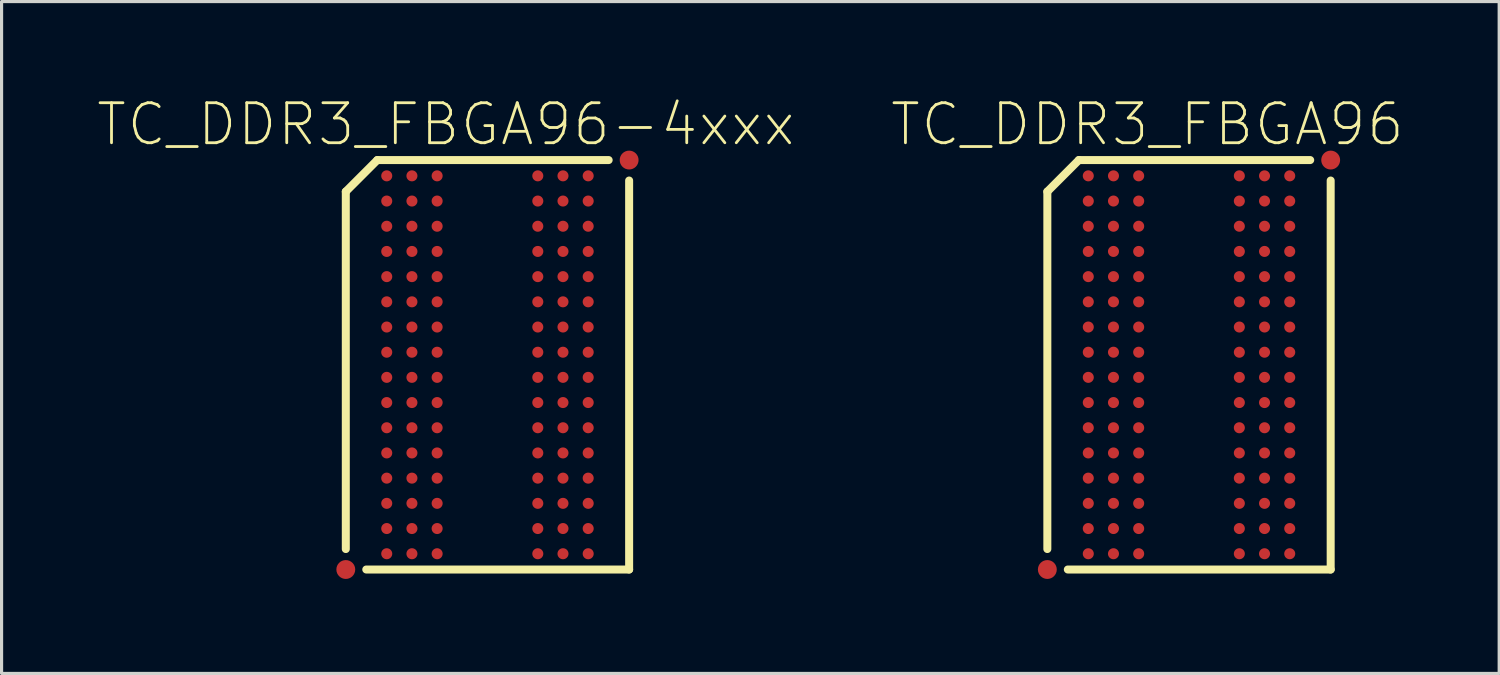
<source format=kicad_pcb>
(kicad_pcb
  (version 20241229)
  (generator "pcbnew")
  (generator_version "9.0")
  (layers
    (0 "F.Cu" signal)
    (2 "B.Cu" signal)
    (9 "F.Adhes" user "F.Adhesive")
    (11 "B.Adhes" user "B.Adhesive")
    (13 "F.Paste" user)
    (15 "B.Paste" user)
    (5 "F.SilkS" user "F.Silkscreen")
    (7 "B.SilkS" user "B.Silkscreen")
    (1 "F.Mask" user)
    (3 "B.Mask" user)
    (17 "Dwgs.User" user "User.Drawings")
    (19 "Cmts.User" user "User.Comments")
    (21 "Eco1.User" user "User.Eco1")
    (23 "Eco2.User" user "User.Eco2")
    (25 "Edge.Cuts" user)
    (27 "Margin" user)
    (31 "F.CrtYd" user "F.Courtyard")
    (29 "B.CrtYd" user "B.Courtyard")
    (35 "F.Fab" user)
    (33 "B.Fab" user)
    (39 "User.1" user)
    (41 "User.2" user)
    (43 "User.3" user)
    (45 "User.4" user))
  (footprint "TC_DDR3_FBGA96-4xxx"
    (layer "F.Cu")
    (at 12.427 8.532)
    (property "Reference" "TC_DDR3_FBGA96-4xxx" (at -1.323 -7.633 0) (layer "F.SilkS") (effects (font (size 1.27 1.27) (thickness 0.089))))
    (attr smd)
    (fp_line (start -4.498 -5.499) (end -4.498 5.85) (stroke (width 0.254) (type solid)) (layer "F.SilkS"))
    (fp_line (start -3.848 6.5) (end 4.498 6.5) (stroke (width 0.254) (type solid)) (layer "F.SilkS"))
    (fp_line (start -3.498 -6.5) (end -4.498 -5.499) (stroke (width 0.254) (type solid)) (layer "F.SilkS"))
    (fp_line (start 3.848 -6.5) (end -3.498 -6.5) (stroke (width 0.254) (type solid)) (layer "F.SilkS"))
    (fp_line (start 4.498 6.5) (end 4.498 -5.85) (stroke (width 0.254) (type solid)) (layer "F.SilkS"))
    (pad "A1" smd circle (at -3.198 -5.999) (size 0.35 0.35) (layers "F.Cu" "F.Mask" "F.Paste"))
    (pad "A2" smd circle (at -2.398 -5.999) (size 0.35 0.35) (layers "F.Cu" "F.Mask" "F.Paste"))
    (pad "A3" smd circle (at -1.598 -5.999) (size 0.35 0.35) (layers "F.Cu" "F.Mask" "F.Paste"))
    (pad "A7" smd circle (at 1.598 -5.999) (size 0.35 0.35) (layers "F.Cu" "F.Mask" "F.Paste"))
    (pad "A8" smd circle (at 2.398 -5.999) (size 0.35 0.35) (layers "F.Cu" "F.Mask" "F.Paste"))
    (pad "A9" smd circle (at 3.198 -5.999) (size 0.35 0.35) (layers "F.Cu" "F.Mask" "F.Paste"))
    (pad "B1" smd circle (at -3.198 -5.199) (size 0.35 0.35) (layers "F.Cu" "F.Mask" "F.Paste"))
    (pad "B2" smd circle (at -2.398 -5.199) (size 0.35 0.35) (layers "F.Cu" "F.Mask" "F.Paste"))
    (pad "B3" smd circle (at -1.598 -5.199) (size 0.35 0.35) (layers "F.Cu" "F.Mask" "F.Paste"))
    (pad "B7" smd circle (at 1.598 -5.199) (size 0.35 0.35) (layers "F.Cu" "F.Mask" "F.Paste"))
    (pad "B8" smd circle (at 2.398 -5.199) (size 0.35 0.35) (layers "F.Cu" "F.Mask" "F.Paste"))
    (pad "B9" smd circle (at 3.198 -5.199) (size 0.35 0.35) (layers "F.Cu" "F.Mask" "F.Paste"))
    (pad "C1" smd circle (at -3.198 -4.399) (size 0.35 0.35) (layers "F.Cu" "F.Mask" "F.Paste"))
    (pad "C2" smd circle (at -2.398 -4.399) (size 0.35 0.35) (layers "F.Cu" "F.Mask" "F.Paste"))
    (pad "C3" smd circle (at -1.598 -4.399) (size 0.35 0.35) (layers "F.Cu" "F.Mask" "F.Paste"))
    (pad "C7" smd circle (at 1.598 -4.399) (size 0.35 0.35) (layers "F.Cu" "F.Mask" "F.Paste"))
    (pad "C8" smd circle (at 2.398 -4.399) (size 0.35 0.35) (layers "F.Cu" "F.Mask" "F.Paste"))
    (pad "C9" smd circle (at 3.198 -4.399) (size 0.35 0.35) (layers "F.Cu" "F.Mask" "F.Paste"))
    (pad "D1" smd circle (at -3.198 -3.599) (size 0.35 0.35) (layers "F.Cu" "F.Mask" "F.Paste"))
    (pad "D2" smd circle (at -2.398 -3.599) (size 0.35 0.35) (layers "F.Cu" "F.Mask" "F.Paste"))
    (pad "D3" smd circle (at -1.598 -3.599) (size 0.35 0.35) (layers "F.Cu" "F.Mask" "F.Paste"))
    (pad "D7" smd circle (at 1.598 -3.599) (size 0.35 0.35) (layers "F.Cu" "F.Mask" "F.Paste"))
    (pad "D8" smd circle (at 2.398 -3.599) (size 0.35 0.35) (layers "F.Cu" "F.Mask" "F.Paste"))
    (pad "D9" smd circle (at 3.198 -3.599) (size 0.35 0.35) (layers "F.Cu" "F.Mask" "F.Paste"))
    (pad "E1" smd circle (at -3.198 -2.799) (size 0.35 0.35) (layers "F.Cu" "F.Mask" "F.Paste"))
    (pad "E2" smd circle (at -2.398 -2.799) (size 0.35 0.35) (layers "F.Cu" "F.Mask" "F.Paste"))
    (pad "E3" smd circle (at -1.598 -2.799) (size 0.35 0.35) (layers "F.Cu" "F.Mask" "F.Paste"))
    (pad "E7" smd circle (at 1.598 -2.799) (size 0.35 0.35) (layers "F.Cu" "F.Mask" "F.Paste"))
    (pad "E8" smd circle (at 2.398 -2.799) (size 0.35 0.35) (layers "F.Cu" "F.Mask" "F.Paste"))
    (pad "E9" smd circle (at 3.198 -2.799) (size 0.35 0.35) (layers "F.Cu" "F.Mask" "F.Paste"))
    (pad "F1" smd circle (at -3.198 -1.999) (size 0.35 0.35) (layers "F.Cu" "F.Mask" "F.Paste"))
    (pad "F2" smd circle (at -2.398 -1.999) (size 0.35 0.35) (layers "F.Cu" "F.Mask" "F.Paste"))
    (pad "F3" smd circle (at -1.598 -1.999) (size 0.35 0.35) (layers "F.Cu" "F.Mask" "F.Paste"))
    (pad "F7" smd circle (at 1.598 -1.999) (size 0.35 0.35) (layers "F.Cu" "F.Mask" "F.Paste"))
    (pad "F8" smd circle (at 2.398 -1.999) (size 0.35 0.35) (layers "F.Cu" "F.Mask" "F.Paste"))
    (pad "F9" smd circle (at 3.198 -1.999) (size 0.35 0.35) (layers "F.Cu" "F.Mask" "F.Paste"))
    (pad "FID1" smd circle (at -4.498 6.5) (size 0.599 0.599) (layers "F.Cu" "F.Mask" "F.Paste"))
    (pad "FID2" smd circle (at 4.498 -6.5) (size 0.599 0.599) (layers "F.Cu" "F.Mask" "F.Paste"))
    (pad "G1" smd circle (at -3.198 -1.199) (size 0.35 0.35) (layers "F.Cu" "F.Mask" "F.Paste"))
    (pad "G2" smd circle (at -2.398 -1.199) (size 0.35 0.35) (layers "F.Cu" "F.Mask" "F.Paste"))
    (pad "G3" smd circle (at -1.598 -1.199) (size 0.35 0.35) (layers "F.Cu" "F.Mask" "F.Paste"))
    (pad "G7" smd circle (at 1.598 -1.199) (size 0.35 0.35) (layers "F.Cu" "F.Mask" "F.Paste"))
    (pad "G8" smd circle (at 2.398 -1.199) (size 0.35 0.35) (layers "F.Cu" "F.Mask" "F.Paste"))
    (pad "G9" smd circle (at 3.198 -1.199) (size 0.35 0.35) (layers "F.Cu" "F.Mask" "F.Paste"))
    (pad "H1" smd circle (at -3.198 -0.399) (size 0.35 0.35) (layers "F.Cu" "F.Mask" "F.Paste"))
    (pad "H2" smd circle (at -2.398 -0.399) (size 0.35 0.35) (layers "F.Cu" "F.Mask" "F.Paste"))
    (pad "H3" smd circle (at -1.598 -0.399) (size 0.35 0.35) (layers "F.Cu" "F.Mask" "F.Paste"))
    (pad "H7" smd circle (at 1.598 -0.399) (size 0.35 0.35) (layers "F.Cu" "F.Mask" "F.Paste"))
    (pad "H8" smd circle (at 2.398 -0.399) (size 0.35 0.35) (layers "F.Cu" "F.Mask" "F.Paste"))
    (pad "H9" smd circle (at 3.198 -0.399) (size 0.35 0.35) (layers "F.Cu" "F.Mask" "F.Paste"))
    (pad "J1" smd circle (at -3.198 0.399) (size 0.35 0.35) (layers "F.Cu" "F.Mask" "F.Paste"))
    (pad "J2" smd circle (at -2.398 0.399) (size 0.35 0.35) (layers "F.Cu" "F.Mask" "F.Paste"))
    (pad "J3" smd circle (at -1.598 0.399) (size 0.35 0.35) (layers "F.Cu" "F.Mask" "F.Paste"))
    (pad "J7" smd circle (at 1.598 0.399) (size 0.35 0.35) (layers "F.Cu" "F.Mask" "F.Paste"))
    (pad "J8" smd circle (at 2.398 0.399) (size 0.35 0.35) (layers "F.Cu" "F.Mask" "F.Paste"))
    (pad "J9" smd circle (at 3.198 0.399) (size 0.35 0.35) (layers "F.Cu" "F.Mask" "F.Paste"))
    (pad "K1" smd circle (at -3.198 1.199) (size 0.35 0.35) (layers "F.Cu" "F.Mask" "F.Paste"))
    (pad "K2" smd circle (at -2.398 1.199) (size 0.35 0.35) (layers "F.Cu" "F.Mask" "F.Paste"))
    (pad "K3" smd circle (at -1.598 1.199) (size 0.35 0.35) (layers "F.Cu" "F.Mask" "F.Paste"))
    (pad "K7" smd circle (at 1.598 1.199) (size 0.35 0.35) (layers "F.Cu" "F.Mask" "F.Paste"))
    (pad "K8" smd circle (at 2.398 1.199) (size 0.35 0.35) (layers "F.Cu" "F.Mask" "F.Paste"))
    (pad "K9" smd circle (at 3.198 1.199) (size 0.35 0.35) (layers "F.Cu" "F.Mask" "F.Paste"))
    (pad "L1" smd circle (at -3.198 1.999) (size 0.35 0.35) (layers "F.Cu" "F.Mask" "F.Paste"))
    (pad "L2" smd circle (at -2.398 1.999) (size 0.35 0.35) (layers "F.Cu" "F.Mask" "F.Paste"))
    (pad "L3" smd circle (at -1.598 1.999) (size 0.35 0.35) (layers "F.Cu" "F.Mask" "F.Paste"))
    (pad "L7" smd circle (at 1.598 1.999) (size 0.35 0.35) (layers "F.Cu" "F.Mask" "F.Paste"))
    (pad "L8" smd circle (at 2.398 1.999) (size 0.35 0.35) (layers "F.Cu" "F.Mask" "F.Paste"))
    (pad "L9" smd circle (at 3.198 1.999) (size 0.35 0.35) (layers "F.Cu" "F.Mask" "F.Paste"))
    (pad "M1" smd circle (at -3.198 2.799) (size 0.35 0.35) (layers "F.Cu" "F.Mask" "F.Paste"))
    (pad "M2" smd circle (at -2.398 2.799) (size 0.35 0.35) (layers "F.Cu" "F.Mask" "F.Paste"))
    (pad "M3" smd circle (at -1.598 2.799) (size 0.35 0.35) (layers "F.Cu" "F.Mask" "F.Paste"))
    (pad "M7" smd circle (at 1.598 2.799) (size 0.35 0.35) (layers "F.Cu" "F.Mask" "F.Paste"))
    (pad "M8" smd circle (at 2.398 2.799) (size 0.35 0.35) (layers "F.Cu" "F.Mask" "F.Paste"))
    (pad "M9" smd circle (at 3.198 2.799) (size 0.35 0.35) (layers "F.Cu" "F.Mask" "F.Paste"))
    (pad "N1" smd circle (at -3.198 3.599) (size 0.35 0.35) (layers "F.Cu" "F.Mask" "F.Paste"))
    (pad "N2" smd circle (at -2.398 3.599) (size 0.35 0.35) (layers "F.Cu" "F.Mask" "F.Paste"))
    (pad "N3" smd circle (at -1.598 3.599) (size 0.35 0.35) (layers "F.Cu" "F.Mask" "F.Paste"))
    (pad "N7" smd circle (at 1.598 3.599) (size 0.35 0.35) (layers "F.Cu" "F.Mask" "F.Paste"))
    (pad "N8" smd circle (at 2.398 3.599) (size 0.35 0.35) (layers "F.Cu" "F.Mask" "F.Paste"))
    (pad "N9" smd circle (at 3.198 3.599) (size 0.35 0.35) (layers "F.Cu" "F.Mask" "F.Paste"))
    (pad "P1" smd circle (at -3.198 4.399) (size 0.35 0.35) (layers "F.Cu" "F.Mask" "F.Paste"))
    (pad "P2" smd circle (at -2.398 4.399) (size 0.35 0.35) (layers "F.Cu" "F.Mask" "F.Paste"))
    (pad "P3" smd circle (at -1.598 4.399) (size 0.35 0.35) (layers "F.Cu" "F.Mask" "F.Paste"))
    (pad "P7" smd circle (at 1.598 4.399) (size 0.35 0.35) (layers "F.Cu" "F.Mask" "F.Paste"))
    (pad "P8" smd circle (at 2.398 4.399) (size 0.35 0.35) (layers "F.Cu" "F.Mask" "F.Paste"))
    (pad "P9" smd circle (at 3.198 4.399) (size 0.35 0.35) (layers "F.Cu" "F.Mask" "F.Paste"))
    (pad "R1" smd circle (at -3.198 5.199) (size 0.35 0.35) (layers "F.Cu" "F.Mask" "F.Paste"))
    (pad "R2" smd circle (at -2.398 5.199) (size 0.35 0.35) (layers "F.Cu" "F.Mask" "F.Paste"))
    (pad "R3" smd circle (at -1.598 5.199) (size 0.35 0.35) (layers "F.Cu" "F.Mask" "F.Paste"))
    (pad "R7" smd circle (at 1.598 5.199) (size 0.35 0.35) (layers "F.Cu" "F.Mask" "F.Paste"))
    (pad "R8" smd circle (at 2.398 5.199) (size 0.35 0.35) (layers "F.Cu" "F.Mask" "F.Paste"))
    (pad "R9" smd circle (at 3.198 5.199) (size 0.35 0.35) (layers "F.Cu" "F.Mask" "F.Paste"))
    (pad "T1" smd circle (at -3.198 5.999) (size 0.35 0.35) (layers "F.Cu" "F.Mask" "F.Paste"))
    (pad "T2" smd circle (at -2.398 5.999) (size 0.35 0.35) (layers "F.Cu" "F.Mask" "F.Paste"))
    (pad "T3" smd circle (at -1.598 5.999) (size 0.35 0.35) (layers "F.Cu" "F.Mask" "F.Paste"))
    (pad "T7" smd circle (at 1.598 5.999) (size 0.35 0.35) (layers "F.Cu" "F.Mask" "F.Paste"))
    (pad "T8" smd circle (at 2.398 5.999) (size 0.35 0.35) (layers "F.Cu" "F.Mask" "F.Paste"))
    (pad "T9" smd circle (at 3.198 5.999) (size 0.35 0.35) (layers "F.Cu" "F.Mask" "F.Paste")))
  (footprint "TC_DDR3_FBGA96"
    (layer "F.Cu")
    (at 34.701 8.532)
    (property "Reference" "TC_DDR3_FBGA96" (at -1.323 -7.633 0) (layer "F.SilkS") (effects (font (size 1.27 1.27) (thickness 0.089))))
    (attr smd)
    (fp_line (start -4.498 -5.499) (end -4.498 5.85) (stroke (width 0.254) (type solid)) (layer "F.SilkS"))
    (fp_line (start -3.848 6.5) (end 4.498 6.5) (stroke (width 0.254) (type solid)) (layer "F.SilkS"))
    (fp_line (start -3.498 -6.5) (end -4.498 -5.499) (stroke (width 0.254) (type solid)) (layer "F.SilkS"))
    (fp_line (start 3.848 -6.5) (end -3.498 -6.5) (stroke (width 0.254) (type solid)) (layer "F.SilkS"))
    (fp_line (start 4.498 6.5) (end 4.498 -5.85) (stroke (width 0.254) (type solid)) (layer "F.SilkS"))
    (pad "A1" smd circle (at -3.198 -5.999) (size 0.35 0.35) (layers "F.Cu" "F.Mask" "F.Paste"))
    (pad "A2" smd circle (at -2.398 -5.999) (size 0.35 0.35) (layers "F.Cu" "F.Mask" "F.Paste"))
    (pad "A3" smd circle (at -1.598 -5.999) (size 0.35 0.35) (layers "F.Cu" "F.Mask" "F.Paste"))
    (pad "A7" smd circle (at 1.598 -5.999) (size 0.35 0.35) (layers "F.Cu" "F.Mask" "F.Paste"))
    (pad "A8" smd circle (at 2.398 -5.999) (size 0.35 0.35) (layers "F.Cu" "F.Mask" "F.Paste"))
    (pad "A9" smd circle (at 3.198 -5.999) (size 0.35 0.35) (layers "F.Cu" "F.Mask" "F.Paste"))
    (pad "B1" smd circle (at -3.198 -5.199) (size 0.35 0.35) (layers "F.Cu" "F.Mask" "F.Paste"))
    (pad "B2" smd circle (at -2.398 -5.199) (size 0.35 0.35) (layers "F.Cu" "F.Mask" "F.Paste"))
    (pad "B3" smd circle (at -1.598 -5.199) (size 0.35 0.35) (layers "F.Cu" "F.Mask" "F.Paste"))
    (pad "B7" smd circle (at 1.598 -5.199) (size 0.35 0.35) (layers "F.Cu" "F.Mask" "F.Paste"))
    (pad "B8" smd circle (at 2.398 -5.199) (size 0.35 0.35) (layers "F.Cu" "F.Mask" "F.Paste"))
    (pad "B9" smd circle (at 3.198 -5.199) (size 0.35 0.35) (layers "F.Cu" "F.Mask" "F.Paste"))
    (pad "C1" smd circle (at -3.198 -4.399) (size 0.35 0.35) (layers "F.Cu" "F.Mask" "F.Paste"))
    (pad "C2" smd circle (at -2.398 -4.399) (size 0.35 0.35) (layers "F.Cu" "F.Mask" "F.Paste"))
    (pad "C3" smd circle (at -1.598 -4.399) (size 0.35 0.35) (layers "F.Cu" "F.Mask" "F.Paste"))
    (pad "C7" smd circle (at 1.598 -4.399) (size 0.35 0.35) (layers "F.Cu" "F.Mask" "F.Paste"))
    (pad "C8" smd circle (at 2.398 -4.399) (size 0.35 0.35) (layers "F.Cu" "F.Mask" "F.Paste"))
    (pad "C9" smd circle (at 3.198 -4.399) (size 0.35 0.35) (layers "F.Cu" "F.Mask" "F.Paste"))
    (pad "D1" smd circle (at -3.198 -3.599) (size 0.35 0.35) (layers "F.Cu" "F.Mask" "F.Paste"))
    (pad "D2" smd circle (at -2.398 -3.599) (size 0.35 0.35) (layers "F.Cu" "F.Mask" "F.Paste"))
    (pad "D3" smd circle (at -1.598 -3.599) (size 0.35 0.35) (layers "F.Cu" "F.Mask" "F.Paste"))
    (pad "D7" smd circle (at 1.598 -3.599) (size 0.35 0.35) (layers "F.Cu" "F.Mask" "F.Paste"))
    (pad "D8" smd circle (at 2.398 -3.599) (size 0.35 0.35) (layers "F.Cu" "F.Mask" "F.Paste"))
    (pad "D9" smd circle (at 3.198 -3.599) (size 0.35 0.35) (layers "F.Cu" "F.Mask" "F.Paste"))
    (pad "E1" smd circle (at -3.198 -2.799) (size 0.35 0.35) (layers "F.Cu" "F.Mask" "F.Paste"))
    (pad "E2" smd circle (at -2.398 -2.799) (size 0.35 0.35) (layers "F.Cu" "F.Mask" "F.Paste"))
    (pad "E3" smd circle (at -1.598 -2.799) (size 0.35 0.35) (layers "F.Cu" "F.Mask" "F.Paste"))
    (pad "E7" smd circle (at 1.598 -2.799) (size 0.35 0.35) (layers "F.Cu" "F.Mask" "F.Paste"))
    (pad "E8" smd circle (at 2.398 -2.799) (size 0.35 0.35) (layers "F.Cu" "F.Mask" "F.Paste"))
    (pad "E9" smd circle (at 3.198 -2.799) (size 0.35 0.35) (layers "F.Cu" "F.Mask" "F.Paste"))
    (pad "F1" smd circle (at -3.198 -1.999) (size 0.35 0.35) (layers "F.Cu" "F.Mask" "F.Paste"))
    (pad "F2" smd circle (at -2.398 -1.999) (size 0.35 0.35) (layers "F.Cu" "F.Mask" "F.Paste"))
    (pad "F3" smd circle (at -1.598 -1.999) (size 0.35 0.35) (layers "F.Cu" "F.Mask" "F.Paste"))
    (pad "F7" smd circle (at 1.598 -1.999) (size 0.35 0.35) (layers "F.Cu" "F.Mask" "F.Paste"))
    (pad "F8" smd circle (at 2.398 -1.999) (size 0.35 0.35) (layers "F.Cu" "F.Mask" "F.Paste"))
    (pad "F9" smd circle (at 3.198 -1.999) (size 0.35 0.35) (layers "F.Cu" "F.Mask" "F.Paste"))
    (pad "FID1" smd circle (at -4.498 6.5) (size 0.599 0.599) (layers "F.Cu" "F.Mask" "F.Paste"))
    (pad "FID2" smd circle (at 4.498 -6.5) (size 0.599 0.599) (layers "F.Cu" "F.Mask" "F.Paste"))
    (pad "G1" smd circle (at -3.198 -1.199) (size 0.35 0.35) (layers "F.Cu" "F.Mask" "F.Paste"))
    (pad "G2" smd circle (at -2.398 -1.199) (size 0.35 0.35) (layers "F.Cu" "F.Mask" "F.Paste"))
    (pad "G3" smd circle (at -1.598 -1.199) (size 0.35 0.35) (layers "F.Cu" "F.Mask" "F.Paste"))
    (pad "G7" smd circle (at 1.598 -1.199) (size 0.35 0.35) (layers "F.Cu" "F.Mask" "F.Paste"))
    (pad "G8" smd circle (at 2.398 -1.199) (size 0.35 0.35) (layers "F.Cu" "F.Mask" "F.Paste"))
    (pad "G9" smd circle (at 3.198 -1.199) (size 0.35 0.35) (layers "F.Cu" "F.Mask" "F.Paste"))
    (pad "H1" smd circle (at -3.198 -0.399) (size 0.35 0.35) (layers "F.Cu" "F.Mask" "F.Paste"))
    (pad "H2" smd circle (at -2.398 -0.399) (size 0.35 0.35) (layers "F.Cu" "F.Mask" "F.Paste"))
    (pad "H3" smd circle (at -1.598 -0.399) (size 0.35 0.35) (layers "F.Cu" "F.Mask" "F.Paste"))
    (pad "H7" smd circle (at 1.598 -0.399) (size 0.35 0.35) (layers "F.Cu" "F.Mask" "F.Paste"))
    (pad "H8" smd circle (at 2.398 -0.399) (size 0.35 0.35) (layers "F.Cu" "F.Mask" "F.Paste"))
    (pad "H9" smd circle (at 3.198 -0.399) (size 0.35 0.35) (layers "F.Cu" "F.Mask" "F.Paste"))
    (pad "J1" smd circle (at -3.198 0.399) (size 0.35 0.35) (layers "F.Cu" "F.Mask" "F.Paste"))
    (pad "J2" smd circle (at -2.398 0.399) (size 0.35 0.35) (layers "F.Cu" "F.Mask" "F.Paste"))
    (pad "J3" smd circle (at -1.598 0.399) (size 0.35 0.35) (layers "F.Cu" "F.Mask" "F.Paste"))
    (pad "J7" smd circle (at 1.598 0.399) (size 0.35 0.35) (layers "F.Cu" "F.Mask" "F.Paste"))
    (pad "J8" smd circle (at 2.398 0.399) (size 0.35 0.35) (layers "F.Cu" "F.Mask" "F.Paste"))
    (pad "J9" smd circle (at 3.198 0.399) (size 0.35 0.35) (layers "F.Cu" "F.Mask" "F.Paste"))
    (pad "K1" smd circle (at -3.198 1.199) (size 0.35 0.35) (layers "F.Cu" "F.Mask" "F.Paste"))
    (pad "K2" smd circle (at -2.398 1.199) (size 0.35 0.35) (layers "F.Cu" "F.Mask" "F.Paste"))
    (pad "K3" smd circle (at -1.598 1.199) (size 0.35 0.35) (layers "F.Cu" "F.Mask" "F.Paste"))
    (pad "K7" smd circle (at 1.598 1.199) (size 0.35 0.35) (layers "F.Cu" "F.Mask" "F.Paste"))
    (pad "K8" smd circle (at 2.398 1.199) (size 0.35 0.35) (layers "F.Cu" "F.Mask" "F.Paste"))
    (pad "K9" smd circle (at 3.198 1.199) (size 0.35 0.35) (layers "F.Cu" "F.Mask" "F.Paste"))
    (pad "L1" smd circle (at -3.198 1.999) (size 0.35 0.35) (layers "F.Cu" "F.Mask" "F.Paste"))
    (pad "L2" smd circle (at -2.398 1.999) (size 0.35 0.35) (layers "F.Cu" "F.Mask" "F.Paste"))
    (pad "L3" smd circle (at -1.598 1.999) (size 0.35 0.35) (layers "F.Cu" "F.Mask" "F.Paste"))
    (pad "L7" smd circle (at 1.598 1.999) (size 0.35 0.35) (layers "F.Cu" "F.Mask" "F.Paste"))
    (pad "L8" smd circle (at 2.398 1.999) (size 0.35 0.35) (layers "F.Cu" "F.Mask" "F.Paste"))
    (pad "L9" smd circle (at 3.198 1.999) (size 0.35 0.35) (layers "F.Cu" "F.Mask" "F.Paste"))
    (pad "M1" smd circle (at -3.198 2.799) (size 0.35 0.35) (layers "F.Cu" "F.Mask" "F.Paste"))
    (pad "M2" smd circle (at -2.398 2.799) (size 0.35 0.35) (layers "F.Cu" "F.Mask" "F.Paste"))
    (pad "M3" smd circle (at -1.598 2.799) (size 0.35 0.35) (layers "F.Cu" "F.Mask" "F.Paste"))
    (pad "M7" smd circle (at 1.598 2.799) (size 0.35 0.35) (layers "F.Cu" "F.Mask" "F.Paste"))
    (pad "M8" smd circle (at 2.398 2.799) (size 0.35 0.35) (layers "F.Cu" "F.Mask" "F.Paste"))
    (pad "M9" smd circle (at 3.198 2.799) (size 0.35 0.35) (layers "F.Cu" "F.Mask" "F.Paste"))
    (pad "N1" smd circle (at -3.198 3.599) (size 0.35 0.35) (layers "F.Cu" "F.Mask" "F.Paste"))
    (pad "N2" smd circle (at -2.398 3.599) (size 0.35 0.35) (layers "F.Cu" "F.Mask" "F.Paste"))
    (pad "N3" smd circle (at -1.598 3.599) (size 0.35 0.35) (layers "F.Cu" "F.Mask" "F.Paste"))
    (pad "N7" smd circle (at 1.598 3.599) (size 0.35 0.35) (layers "F.Cu" "F.Mask" "F.Paste"))
    (pad "N8" smd circle (at 2.398 3.599) (size 0.35 0.35) (layers "F.Cu" "F.Mask" "F.Paste"))
    (pad "N9" smd circle (at 3.198 3.599) (size 0.35 0.35) (layers "F.Cu" "F.Mask" "F.Paste"))
    (pad "P1" smd circle (at -3.198 4.399) (size 0.35 0.35) (layers "F.Cu" "F.Mask" "F.Paste"))
    (pad "P2" smd circle (at -2.398 4.399) (size 0.35 0.35) (layers "F.Cu" "F.Mask" "F.Paste"))
    (pad "P3" smd circle (at -1.598 4.399) (size 0.35 0.35) (layers "F.Cu" "F.Mask" "F.Paste"))
    (pad "P7" smd circle (at 1.598 4.399) (size 0.35 0.35) (layers "F.Cu" "F.Mask" "F.Paste"))
    (pad "P8" smd circle (at 2.398 4.399) (size 0.35 0.35) (layers "F.Cu" "F.Mask" "F.Paste"))
    (pad "P9" smd circle (at 3.198 4.399) (size 0.35 0.35) (layers "F.Cu" "F.Mask" "F.Paste"))
    (pad "R1" smd circle (at -3.198 5.199) (size 0.35 0.35) (layers "F.Cu" "F.Mask" "F.Paste"))
    (pad "R2" smd circle (at -2.398 5.199) (size 0.35 0.35) (layers "F.Cu" "F.Mask" "F.Paste"))
    (pad "R3" smd circle (at -1.598 5.199) (size 0.35 0.35) (layers "F.Cu" "F.Mask" "F.Paste"))
    (pad "R7" smd circle (at 1.598 5.199) (size 0.35 0.35) (layers "F.Cu" "F.Mask" "F.Paste"))
    (pad "R8" smd circle (at 2.398 5.199) (size 0.35 0.35) (layers "F.Cu" "F.Mask" "F.Paste"))
    (pad "R9" smd circle (at 3.198 5.199) (size 0.35 0.35) (layers "F.Cu" "F.Mask" "F.Paste"))
    (pad "T1" smd circle (at -3.198 5.999) (size 0.35 0.35) (layers "F.Cu" "F.Mask" "F.Paste"))
    (pad "T2" smd circle (at -2.398 5.999) (size 0.35 0.35) (layers "F.Cu" "F.Mask" "F.Paste"))
    (pad "T3" smd circle (at -1.598 5.999) (size 0.35 0.35) (layers "F.Cu" "F.Mask" "F.Paste"))
    (pad "T7" smd circle (at 1.598 5.999) (size 0.35 0.35) (layers "F.Cu" "F.Mask" "F.Paste"))
    (pad "T8" smd circle (at 2.398 5.999) (size 0.35 0.35) (layers "F.Cu" "F.Mask" "F.Paste"))
    (pad "T9" smd circle (at 3.198 5.999) (size 0.35 0.35) (layers "F.Cu" "F.Mask" "F.Paste")))
  (gr_rect
    (start -3 -3)
    (end 44.549 18.331)
    (stroke (width 0.1) (type default))
    (fill no)
    (layer "Edge.Cuts")))
</source>
